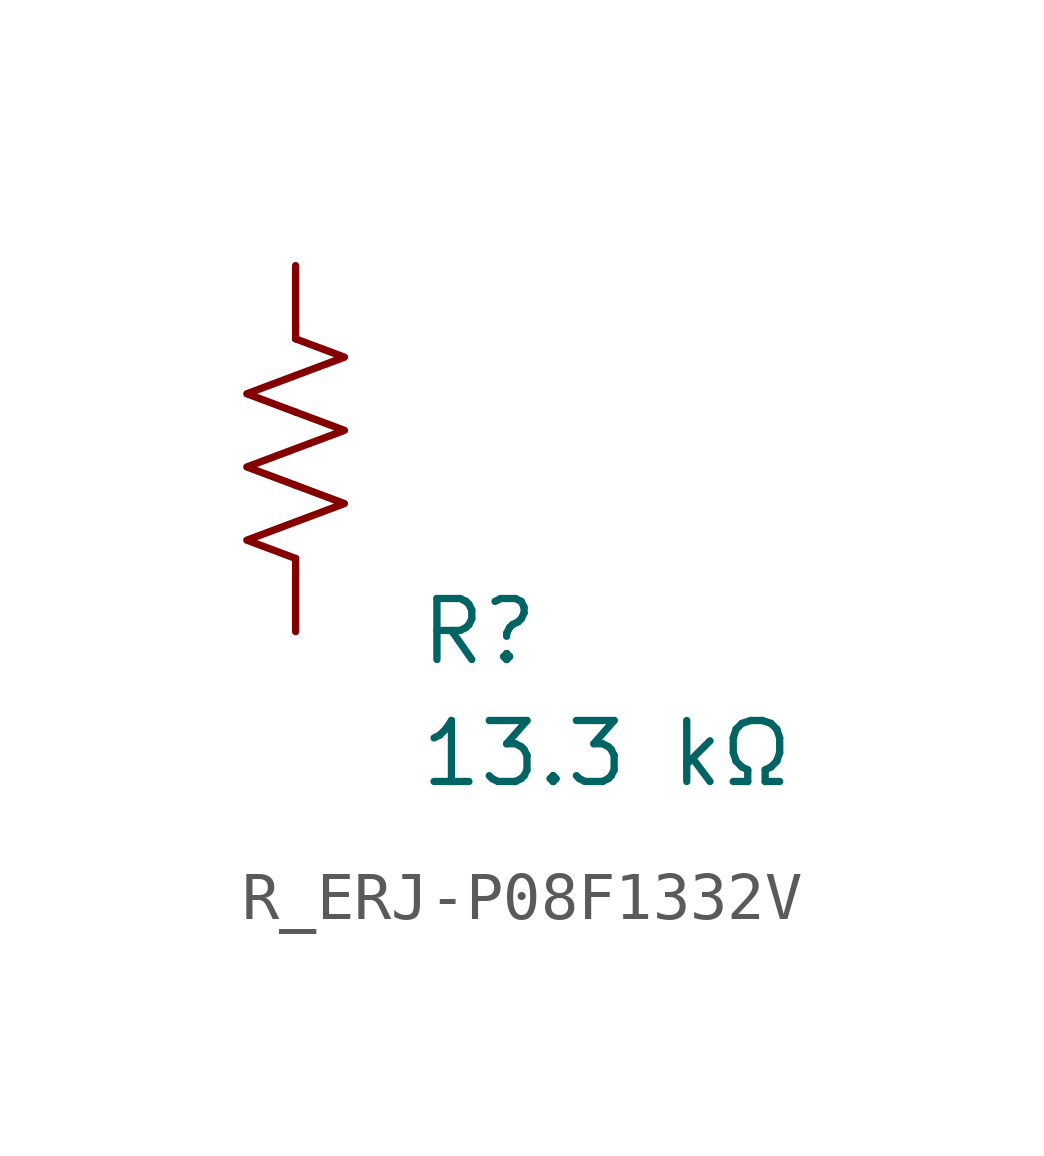
<source format=kicad_sym>
(kicad_symbol_lib
  (version 20231120)
  (generator "kicad_symbol_editor")
  (generator_version "8.0")
  (symbol "R_ERJ-P08F1332V"
    (pin_numbers hide)
    (pin_names
      (offset 0))
    (property "Reference" "R"
      (at 2.54 -3.81 0)
      (effects (font (size 1.27 1.27)) (justify left))
      (show_name no))
    (property "Value" "13.3 kΩ"
      (at 2.54 -6.35 0)
      (effects (font (size 1.27 1.27)) (justify left))
      (show_name no))
    (symbol "R_ERJ-P08F1332V_0_1"
      (polyline (pts (xy 0 -2.286) (xy 0 -2.54)) (stroke (width 0) (type default)) (fill (type none)))
      (polyline (pts (xy 0 2.286) (xy 0 2.54)) (stroke (width 0) (type default)) (fill (type none)))
      (polyline (pts (xy 0 -0.762) (xy 1.016 -1.143) (xy 0 -1.524) (xy -1.016 -1.905) (xy 0 -2.286)) (stroke (width 0) (type default)) (fill (type none)))
      (polyline (pts (xy 0 0.762) (xy 1.016 0.381) (xy 0 0) (xy -1.016 -0.381) (xy 0 -0.762)) (stroke (width 0) (type default)) (fill (type none)))
      (polyline (pts (xy 0 2.286) (xy 1.016 1.905) (xy 0 1.524) (xy -1.016 1.143) (xy 0 0.762)) (stroke (width 0) (type default)) (fill (type none))))
    (symbol "R_ERJ-P08F1332V_1_1"
      (pin passive line (at 0 3.81 270) (length 1.27) (name "~" (effects (font (size 1.27 1.27)))) (number "1" (effects (font (size 1.27 1.27)))))
      (pin passive line (at 0 -3.81 90) (length 1.27) (name "~" (effects (font (size 1.27 1.27)))) (number "2" (effects (font (size 1.27 1.27))))))))
</source>
